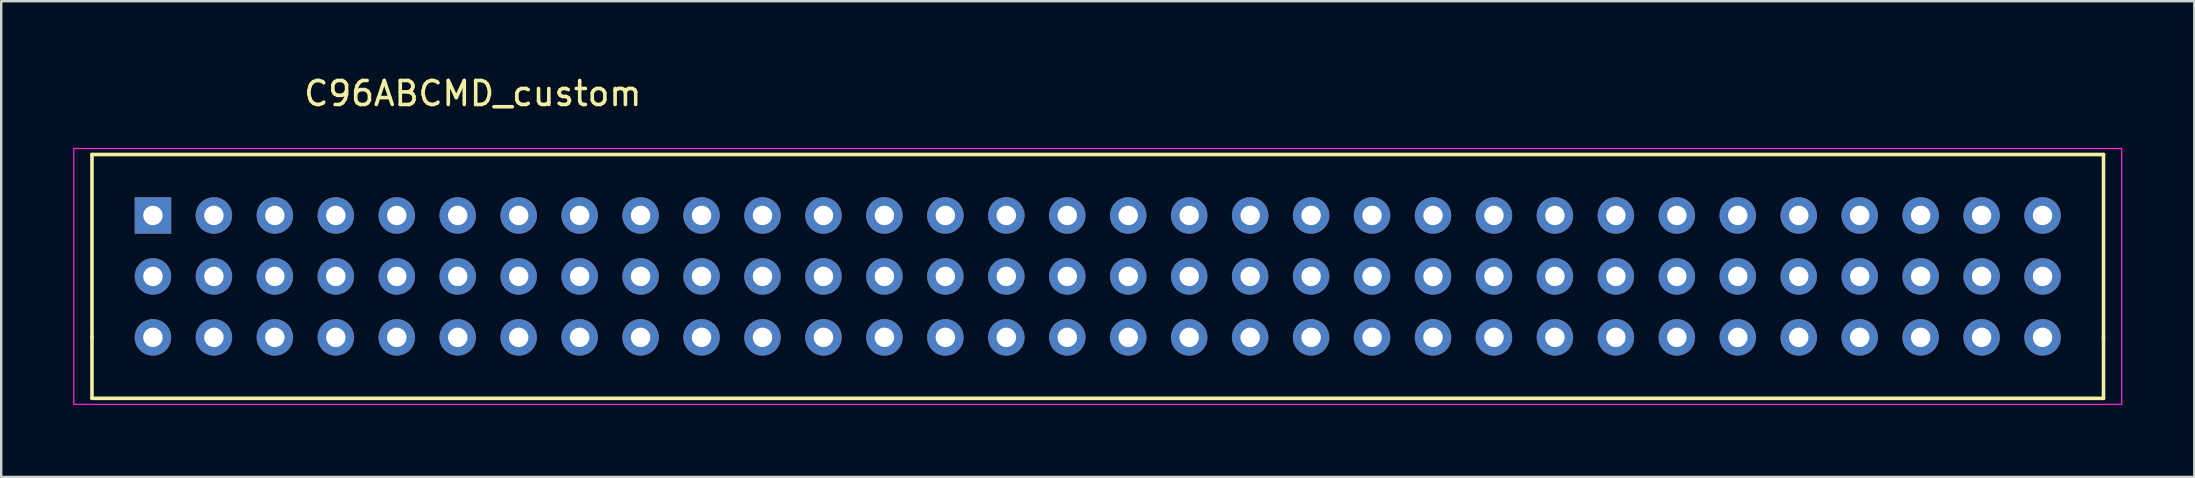
<source format=kicad_pcb>
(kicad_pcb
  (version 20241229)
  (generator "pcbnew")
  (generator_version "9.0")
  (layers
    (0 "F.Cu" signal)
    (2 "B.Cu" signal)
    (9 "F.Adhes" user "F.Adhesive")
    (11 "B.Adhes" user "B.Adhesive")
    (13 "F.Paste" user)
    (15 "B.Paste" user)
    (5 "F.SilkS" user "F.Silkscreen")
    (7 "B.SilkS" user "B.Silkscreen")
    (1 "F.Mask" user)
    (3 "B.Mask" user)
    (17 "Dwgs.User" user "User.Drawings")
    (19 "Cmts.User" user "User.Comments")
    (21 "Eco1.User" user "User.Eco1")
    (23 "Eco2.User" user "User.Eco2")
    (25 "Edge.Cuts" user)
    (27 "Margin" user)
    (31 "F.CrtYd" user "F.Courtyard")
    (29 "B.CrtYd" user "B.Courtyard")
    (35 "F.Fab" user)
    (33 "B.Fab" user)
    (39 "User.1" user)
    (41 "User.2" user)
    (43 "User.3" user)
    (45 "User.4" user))
  (footprint "C96ABCMD_custom"
    (layer "F.Cu")
    (at 3.323 5.928)
    (property "Reference" "C96ABCMD_custom" (at 13.33 -5.08 0) (layer "F.SilkS") (effects (font (size 1 1) (thickness 0.15))))
    (attr through_hole)
    (fp_line (start -2.54 -2.54) (end 81.28 -2.54) (stroke (width 0.15) (type solid)) (layer "F.SilkS"))
    (fp_line (start -2.54 5.08) (end -2.54 -2.54) (stroke (width 0.15) (type solid)) (layer "F.SilkS"))
    (fp_line (start -2.54 5.08) (end -2.54 7.62) (stroke (width 0.15) (type solid)) (layer "F.SilkS"))
    (fp_line (start -2.54 7.62) (end 81.28 7.62) (stroke (width 0.15) (type solid)) (layer "F.SilkS"))
    (fp_line (start 81.28 5.08) (end 81.28 -2.54) (stroke (width 0.15) (type solid)) (layer "F.SilkS"))
    (fp_line (start 81.28 7.62) (end 81.28 5.08) (stroke (width 0.15) (type solid)) (layer "F.SilkS"))
    (fp_line (start -3.298 -2.79) (end -3.298 7.87) (stroke (width 0.05) (type solid)) (layer "F.CrtYd"))
    (fp_line (start -3.298 -2.79) (end 82.038 -2.79) (stroke (width 0.05) (type solid)) (layer "F.CrtYd"))
    (fp_line (start -3.298 7.87) (end 82.038 7.87) (stroke (width 0.05) (type solid)) (layer "F.CrtYd"))
    (fp_line (start 82.038 7.87) (end 82.038 -2.79) (stroke (width 0.05) (type solid)) (layer "F.CrtYd"))
    (pad "A1" thru_hole rect (at 0 0) (size 1.52 1.52) (drill 0.81) (layers "*.Cu" "*.Mask"))
    (pad "A2" thru_hole circle (at 2.54 0) (size 1.52 1.52) (drill 0.81) (layers "*.Cu" "*.Mask"))
    (pad "A3" thru_hole circle (at 5.08 0) (size 1.52 1.52) (drill 0.81) (layers "*.Cu" "*.Mask"))
    (pad "A4" thru_hole circle (at 7.62 0) (size 1.52 1.52) (drill 0.81) (layers "*.Cu" "*.Mask"))
    (pad "A5" thru_hole circle (at 10.16 0) (size 1.52 1.52) (drill 0.81) (layers "*.Cu" "*.Mask"))
    (pad "A6" thru_hole circle (at 12.7 0) (size 1.52 1.52) (drill 0.81) (layers "*.Cu" "*.Mask"))
    (pad "A7" thru_hole circle (at 15.24 0) (size 1.52 1.52) (drill 0.81) (layers "*.Cu" "*.Mask"))
    (pad "A8" thru_hole circle (at 17.78 0) (size 1.52 1.52) (drill 0.81) (layers "*.Cu" "*.Mask"))
    (pad "A9" thru_hole circle (at 20.32 0) (size 1.52 1.52) (drill 0.81) (layers "*.Cu" "*.Mask"))
    (pad "A10" thru_hole circle (at 22.86 0) (size 1.52 1.52) (drill 0.81) (layers "*.Cu" "*.Mask"))
    (pad "A11" thru_hole circle (at 25.4 0) (size 1.52 1.52) (drill 0.81) (layers "*.Cu" "*.Mask"))
    (pad "A12" thru_hole circle (at 27.94 0) (size 1.52 1.52) (drill 0.81) (layers "*.Cu" "*.Mask"))
    (pad "A13" thru_hole circle (at 30.48 0) (size 1.52 1.52) (drill 0.81) (layers "*.Cu" "*.Mask"))
    (pad "A14" thru_hole circle (at 33.02 0) (size 1.52 1.52) (drill 0.81) (layers "*.Cu" "*.Mask"))
    (pad "A15" thru_hole circle (at 35.56 0) (size 1.52 1.52) (drill 0.81) (layers "*.Cu" "*.Mask"))
    (pad "A16" thru_hole circle (at 38.1 0) (size 1.52 1.52) (drill 0.81) (layers "*.Cu" "*.Mask"))
    (pad "A17" thru_hole circle (at 40.64 0) (size 1.52 1.52) (drill 0.81) (layers "*.Cu" "*.Mask"))
    (pad "A18" thru_hole circle (at 43.18 0) (size 1.52 1.52) (drill 0.81) (layers "*.Cu" "*.Mask"))
    (pad "A19" thru_hole circle (at 45.72 0) (size 1.52 1.52) (drill 0.81) (layers "*.Cu" "*.Mask"))
    (pad "A20" thru_hole circle (at 48.26 0) (size 1.52 1.52) (drill 0.81) (layers "*.Cu" "*.Mask"))
    (pad "A21" thru_hole circle (at 50.8 0) (size 1.52 1.52) (drill 0.81) (layers "*.Cu" "*.Mask"))
    (pad "A22" thru_hole circle (at 53.34 0) (size 1.52 1.52) (drill 0.81) (layers "*.Cu" "*.Mask"))
    (pad "A23" thru_hole circle (at 55.88 0) (size 1.52 1.52) (drill 0.81) (layers "*.Cu" "*.Mask"))
    (pad "A24" thru_hole circle (at 58.42 0) (size 1.52 1.52) (drill 0.81) (layers "*.Cu" "*.Mask"))
    (pad "A25" thru_hole circle (at 60.96 0) (size 1.52 1.52) (drill 0.81) (layers "*.Cu" "*.Mask"))
    (pad "A26" thru_hole circle (at 63.5 0) (size 1.52 1.52) (drill 0.81) (layers "*.Cu" "*.Mask"))
    (pad "A27" thru_hole circle (at 66.04 0) (size 1.52 1.52) (drill 0.81) (layers "*.Cu" "*.Mask"))
    (pad "A28" thru_hole circle (at 68.58 0) (size 1.52 1.52) (drill 0.81) (layers "*.Cu" "*.Mask"))
    (pad "A29" thru_hole circle (at 71.12 0) (size 1.52 1.52) (drill 0.81) (layers "*.Cu" "*.Mask"))
    (pad "A30" thru_hole circle (at 73.66 0) (size 1.52 1.52) (drill 0.81) (layers "*.Cu" "*.Mask"))
    (pad "A31" thru_hole circle (at 76.2 0) (size 1.52 1.52) (drill 0.81) (layers "*.Cu" "*.Mask"))
    (pad "A32" thru_hole circle (at 78.74 0) (size 1.52 1.52) (drill 0.81) (layers "*.Cu" "*.Mask"))
    (pad "B1" thru_hole circle (at 0 2.54) (size 1.52 1.52) (drill 0.81) (layers "*.Cu" "*.Mask"))
    (pad "B2" thru_hole circle (at 2.54 2.54) (size 1.52 1.52) (drill 0.81) (layers "*.Cu" "*.Mask"))
    (pad "B3" thru_hole circle (at 5.08 2.54) (size 1.52 1.52) (drill 0.81) (layers "*.Cu" "*.Mask"))
    (pad "B4" thru_hole circle (at 7.62 2.54) (size 1.52 1.52) (drill 0.81) (layers "*.Cu" "*.Mask"))
    (pad "B5" thru_hole circle (at 10.16 2.54) (size 1.52 1.52) (drill 0.81) (layers "*.Cu" "*.Mask"))
    (pad "B6" thru_hole circle (at 12.7 2.54) (size 1.52 1.52) (drill 0.81) (layers "*.Cu" "*.Mask"))
    (pad "B7" thru_hole circle (at 15.24 2.54) (size 1.52 1.52) (drill 0.81) (layers "*.Cu" "*.Mask"))
    (pad "B8" thru_hole circle (at 17.78 2.54) (size 1.52 1.52) (drill 0.81) (layers "*.Cu" "*.Mask"))
    (pad "B9" thru_hole circle (at 20.32 2.54) (size 1.52 1.52) (drill 0.81) (layers "*.Cu" "*.Mask"))
    (pad "B10" thru_hole circle (at 22.86 2.54) (size 1.52 1.52) (drill 0.81) (layers "*.Cu" "*.Mask"))
    (pad "B11" thru_hole circle (at 25.4 2.54) (size 1.52 1.52) (drill 0.81) (layers "*.Cu" "*.Mask"))
    (pad "B12" thru_hole circle (at 27.94 2.54) (size 1.52 1.52) (drill 0.81) (layers "*.Cu" "*.Mask"))
    (pad "B13" thru_hole circle (at 30.48 2.54) (size 1.52 1.52) (drill 0.81) (layers "*.Cu" "*.Mask"))
    (pad "B14" thru_hole circle (at 33.02 2.54) (size 1.52 1.52) (drill 0.81) (layers "*.Cu" "*.Mask"))
    (pad "B15" thru_hole circle (at 35.56 2.54) (size 1.52 1.52) (drill 0.81) (layers "*.Cu" "*.Mask"))
    (pad "B16" thru_hole circle (at 38.1 2.54) (size 1.52 1.52) (drill 0.81) (layers "*.Cu" "*.Mask"))
    (pad "B17" thru_hole circle (at 40.64 2.54) (size 1.52 1.52) (drill 0.81) (layers "*.Cu" "*.Mask"))
    (pad "B18" thru_hole circle (at 43.18 2.54) (size 1.52 1.52) (drill 0.81) (layers "*.Cu" "*.Mask"))
    (pad "B19" thru_hole circle (at 45.72 2.54) (size 1.52 1.52) (drill 0.81) (layers "*.Cu" "*.Mask"))
    (pad "B20" thru_hole circle (at 48.26 2.54) (size 1.52 1.52) (drill 0.81) (layers "*.Cu" "*.Mask"))
    (pad "B21" thru_hole circle (at 50.8 2.54) (size 1.52 1.52) (drill 0.81) (layers "*.Cu" "*.Mask"))
    (pad "B22" thru_hole circle (at 53.34 2.54) (size 1.52 1.52) (drill 0.81) (layers "*.Cu" "*.Mask"))
    (pad "B23" thru_hole circle (at 55.88 2.54) (size 1.52 1.52) (drill 0.81) (layers "*.Cu" "*.Mask"))
    (pad "B24" thru_hole circle (at 58.42 2.54) (size 1.52 1.52) (drill 0.81) (layers "*.Cu" "*.Mask"))
    (pad "B25" thru_hole circle (at 60.96 2.54) (size 1.52 1.52) (drill 0.81) (layers "*.Cu" "*.Mask"))
    (pad "B26" thru_hole circle (at 63.5 2.54) (size 1.52 1.52) (drill 0.81) (layers "*.Cu" "*.Mask"))
    (pad "B27" thru_hole circle (at 66.04 2.54) (size 1.52 1.52) (drill 0.81) (layers "*.Cu" "*.Mask"))
    (pad "B28" thru_hole circle (at 68.58 2.54) (size 1.52 1.52) (drill 0.81) (layers "*.Cu" "*.Mask"))
    (pad "B29" thru_hole circle (at 71.12 2.54) (size 1.52 1.52) (drill 0.81) (layers "*.Cu" "*.Mask"))
    (pad "B30" thru_hole circle (at 73.66 2.54) (size 1.52 1.52) (drill 0.81) (layers "*.Cu" "*.Mask"))
    (pad "B31" thru_hole circle (at 76.2 2.54) (size 1.52 1.52) (drill 0.81) (layers "*.Cu" "*.Mask"))
    (pad "B32" thru_hole circle (at 78.74 2.54) (size 1.52 1.52) (drill 0.81) (layers "*.Cu" "*.Mask"))
    (pad "C1" thru_hole circle (at 0 5.08) (size 1.52 1.52) (drill 0.81) (layers "*.Cu" "*.Mask"))
    (pad "C2" thru_hole circle (at 2.54 5.08) (size 1.52 1.52) (drill 0.81) (layers "*.Cu" "*.Mask"))
    (pad "C3" thru_hole circle (at 5.08 5.08) (size 1.52 1.52) (drill 0.81) (layers "*.Cu" "*.Mask"))
    (pad "C4" thru_hole circle (at 7.62 5.08) (size 1.52 1.52) (drill 0.81) (layers "*.Cu" "*.Mask"))
    (pad "C5" thru_hole circle (at 10.16 5.08) (size 1.52 1.52) (drill 0.81) (layers "*.Cu" "*.Mask"))
    (pad "C6" thru_hole circle (at 12.7 5.08) (size 1.52 1.52) (drill 0.81) (layers "*.Cu" "*.Mask"))
    (pad "C7" thru_hole circle (at 15.24 5.08) (size 1.52 1.52) (drill 0.81) (layers "*.Cu" "*.Mask"))
    (pad "C8" thru_hole circle (at 17.78 5.08) (size 1.52 1.52) (drill 0.81) (layers "*.Cu" "*.Mask"))
    (pad "C9" thru_hole circle (at 20.32 5.08) (size 1.52 1.52) (drill 0.81) (layers "*.Cu" "*.Mask"))
    (pad "C10" thru_hole circle (at 22.86 5.08) (size 1.52 1.52) (drill 0.81) (layers "*.Cu" "*.Mask"))
    (pad "C11" thru_hole circle (at 25.4 5.08) (size 1.52 1.52) (drill 0.81) (layers "*.Cu" "*.Mask"))
    (pad "C12" thru_hole circle (at 27.94 5.08) (size 1.52 1.52) (drill 0.81) (layers "*.Cu" "*.Mask"))
    (pad "C13" thru_hole circle (at 30.48 5.08) (size 1.52 1.52) (drill 0.81) (layers "*.Cu" "*.Mask"))
    (pad "C14" thru_hole circle (at 33.02 5.08) (size 1.52 1.52) (drill 0.81) (layers "*.Cu" "*.Mask"))
    (pad "C15" thru_hole circle (at 35.56 5.08) (size 1.52 1.52) (drill 0.81) (layers "*.Cu" "*.Mask"))
    (pad "C16" thru_hole circle (at 38.1 5.08) (size 1.52 1.52) (drill 0.81) (layers "*.Cu" "*.Mask"))
    (pad "C17" thru_hole circle (at 40.64 5.08) (size 1.52 1.52) (drill 0.81) (layers "*.Cu" "*.Mask"))
    (pad "C18" thru_hole circle (at 43.18 5.08) (size 1.52 1.52) (drill 0.81) (layers "*.Cu" "*.Mask"))
    (pad "C19" thru_hole circle (at 45.72 5.08) (size 1.52 1.52) (drill 0.81) (layers "*.Cu" "*.Mask"))
    (pad "C20" thru_hole circle (at 48.26 5.08) (size 1.52 1.52) (drill 0.81) (layers "*.Cu" "*.Mask"))
    (pad "C21" thru_hole circle (at 50.8 5.08) (size 1.52 1.52) (drill 0.81) (layers "*.Cu" "*.Mask"))
    (pad "C22" thru_hole circle (at 53.34 5.08) (size 1.52 1.52) (drill 0.81) (layers "*.Cu" "*.Mask"))
    (pad "C23" thru_hole circle (at 55.88 5.08) (size 1.52 1.52) (drill 0.81) (layers "*.Cu" "*.Mask"))
    (pad "C24" thru_hole circle (at 58.42 5.08) (size 1.52 1.52) (drill 0.81) (layers "*.Cu" "*.Mask"))
    (pad "C25" thru_hole circle (at 60.96 5.08) (size 1.52 1.52) (drill 0.81) (layers "*.Cu" "*.Mask"))
    (pad "C26" thru_hole circle (at 63.5 5.08) (size 1.52 1.52) (drill 0.81) (layers "*.Cu" "*.Mask"))
    (pad "C27" thru_hole circle (at 66.04 5.08) (size 1.52 1.52) (drill 0.81) (layers "*.Cu" "*.Mask"))
    (pad "C28" thru_hole circle (at 68.58 5.08) (size 1.52 1.52) (drill 0.81) (layers "*.Cu" "*.Mask"))
    (pad "C29" thru_hole circle (at 71.12 5.08) (size 1.52 1.52) (drill 0.81) (layers "*.Cu" "*.Mask"))
    (pad "C30" thru_hole circle (at 73.66 5.08) (size 1.52 1.52) (drill 0.81) (layers "*.Cu" "*.Mask"))
    (pad "C31" thru_hole circle (at 76.2 5.08) (size 1.52 1.52) (drill 0.81) (layers "*.Cu" "*.Mask"))
    (pad "C32" thru_hole circle (at 78.74 5.08) (size 1.52 1.52) (drill 0.81) (layers "*.Cu" "*.Mask")))
  (gr_rect
    (start -3 -3)
    (end 88.386 16.823)
    (stroke (width 0.1) (type default))
    (fill no)
    (layer "Edge.Cuts")))
</source>
